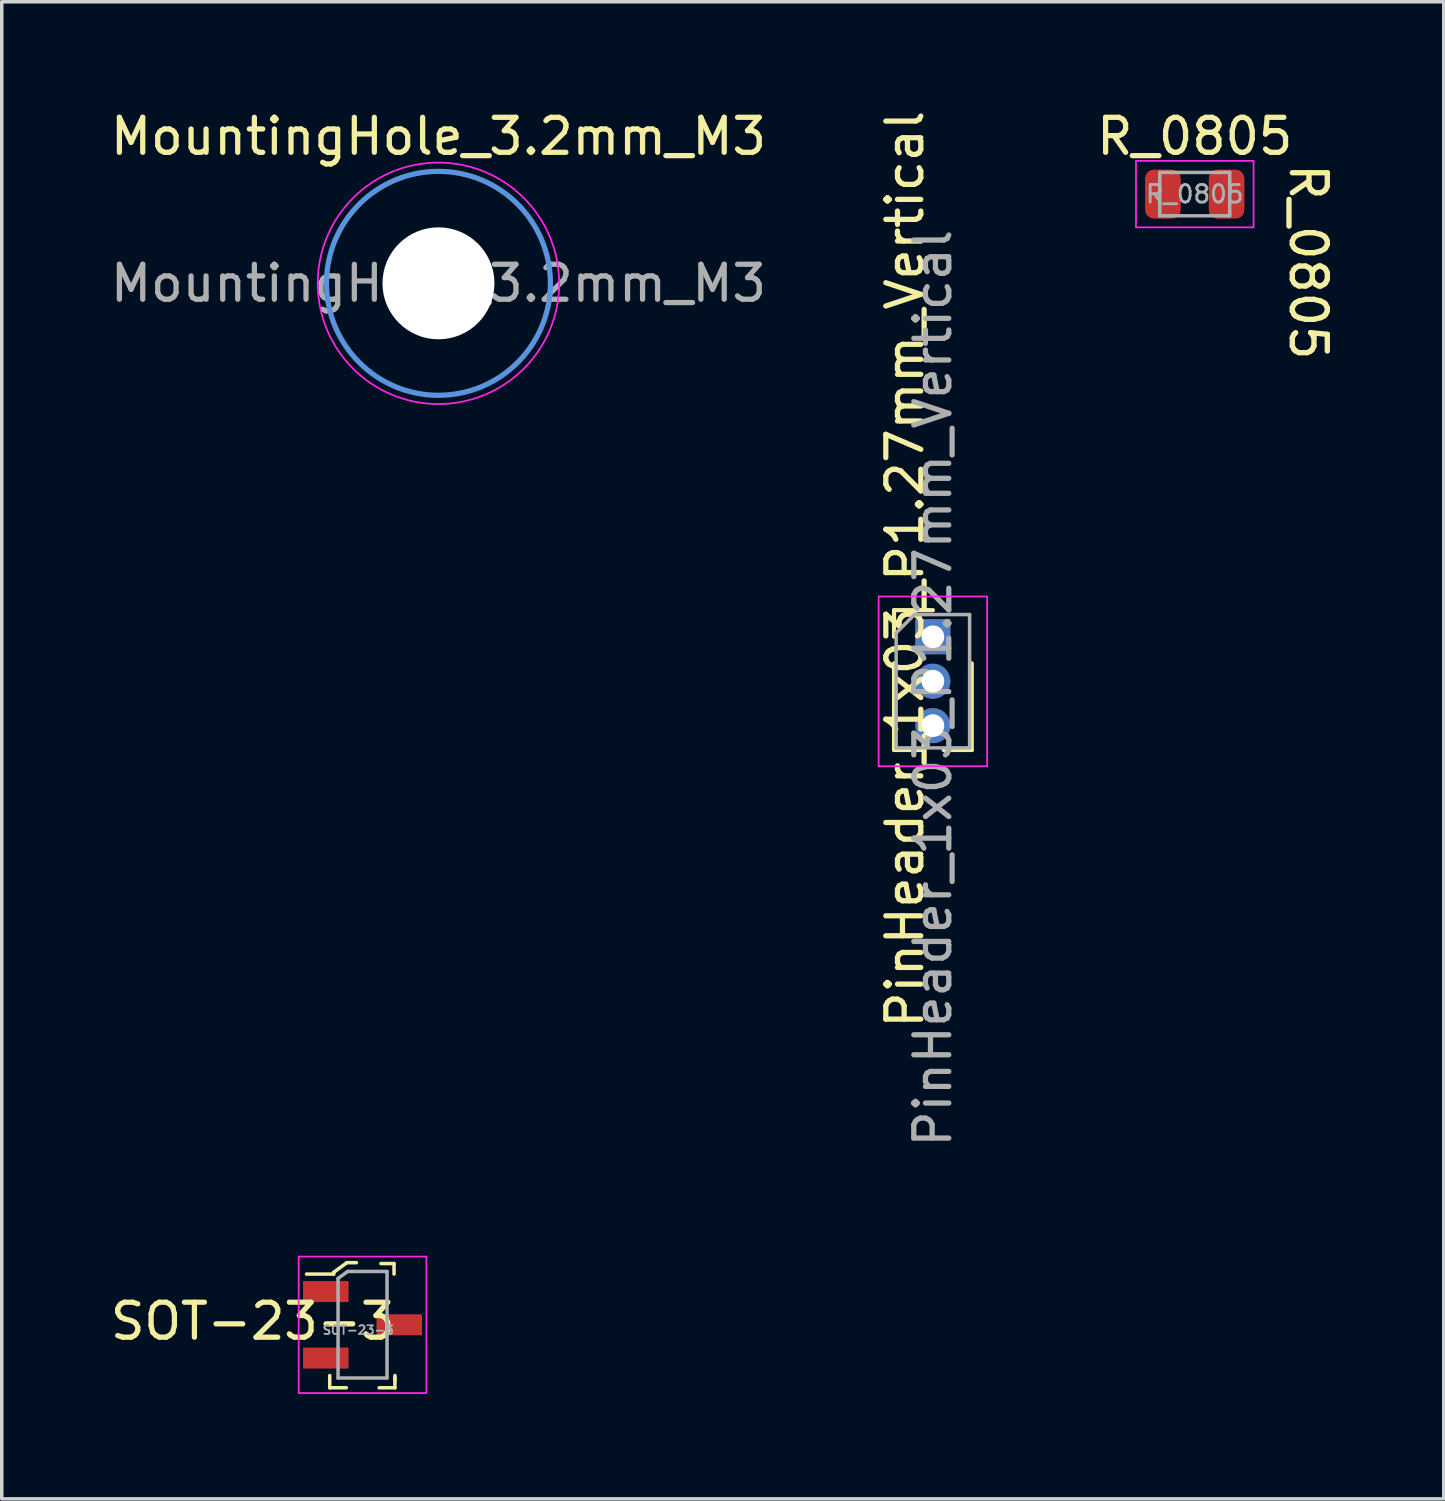
<source format=kicad_pcb>
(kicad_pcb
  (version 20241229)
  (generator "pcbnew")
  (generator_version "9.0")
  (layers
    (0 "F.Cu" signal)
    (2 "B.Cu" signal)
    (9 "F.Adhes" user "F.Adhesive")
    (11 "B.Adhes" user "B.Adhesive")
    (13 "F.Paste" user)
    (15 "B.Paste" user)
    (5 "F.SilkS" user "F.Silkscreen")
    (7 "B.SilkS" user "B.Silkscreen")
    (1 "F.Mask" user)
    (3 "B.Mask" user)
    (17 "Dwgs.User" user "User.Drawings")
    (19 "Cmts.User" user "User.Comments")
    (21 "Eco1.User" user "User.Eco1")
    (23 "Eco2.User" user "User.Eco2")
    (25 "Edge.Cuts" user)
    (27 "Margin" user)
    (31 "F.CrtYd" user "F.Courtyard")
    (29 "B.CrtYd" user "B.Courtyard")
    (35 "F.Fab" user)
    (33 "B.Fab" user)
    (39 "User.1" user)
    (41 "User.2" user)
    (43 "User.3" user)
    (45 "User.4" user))
  (footprint "PinHeader_1x03_P1.27mm_Vertical"
    (layer "F.Cu")
    (at 23.613 15.15)
    (property "Reference" "PinHeader_1x03_P1.27mm_Vertical" (at -0.8 -1.93 90) (layer "F.SilkS") (effects (font (size 1 1) (thickness 0.15))))
    (attr through_hole exclude_from_pos_files exclude_from_bom dnp)
    (fp_line (start -1.11 -0.76) (end 0 -0.76) (stroke (width 0.12) (type solid)) (layer "F.SilkS"))
    (fp_line (start -1.11 0) (end -1.11 -0.76) (stroke (width 0.12) (type solid)) (layer "F.SilkS"))
    (fp_line (start -1.11 0.76) (end -1.11 3.235) (stroke (width 0.12) (type solid)) (layer "F.SilkS"))
    (fp_line (start -1.11 3.235) (end -0.308 3.235) (stroke (width 0.12) (type solid)) (layer "F.SilkS"))
    (fp_line (start 0.308 3.235) (end 1.11 3.235) (stroke (width 0.12) (type solid)) (layer "F.SilkS"))
    (fp_line (start 1.11 0.76) (end 1.11 3.235) (stroke (width 0.12) (type solid)) (layer "F.SilkS"))
    (fp_line (start -1.55 -1.15) (end -1.55 3.7) (stroke (width 0.05) (type solid)) (layer "F.CrtYd"))
    (fp_line (start -1.55 3.7) (end 1.55 3.7) (stroke (width 0.05) (type solid)) (layer "F.CrtYd"))
    (fp_line (start 1.55 -1.15) (end -1.55 -1.15) (stroke (width 0.05) (type solid)) (layer "F.CrtYd"))
    (fp_line (start 1.55 3.7) (end 1.55 -1.15) (stroke (width 0.05) (type solid)) (layer "F.CrtYd"))
    (fp_line (start -1.05 -0.11) (end -0.525 -0.635) (stroke (width 0.1) (type solid)) (layer "F.Fab"))
    (fp_line (start -1.05 3.175) (end -1.05 -0.11) (stroke (width 0.1) (type solid)) (layer "F.Fab"))
    (fp_line (start -0.525 -0.635) (end 1.05 -0.635) (stroke (width 0.1) (type solid)) (layer "F.Fab"))
    (fp_line (start 1.05 -0.635) (end 1.05 3.175) (stroke (width 0.1) (type solid)) (layer "F.Fab"))
    (fp_line (start 1.05 3.175) (end -1.05 3.175) (stroke (width 0.1) (type solid)) (layer "F.Fab"))
    (fp_text user "${REFERENCE}" (at 0 1.47 90) (layer "F.Fab") (effects (font (size 1 1) (thickness 0.15))))
    (pad "1" thru_hole rect (at 0 0) (size 1 1) (drill 0.65) (layers "*.Cu" "*.Mask"))
    (pad "2" thru_hole oval (at 0 1.27) (size 1 1) (drill 0.65) (layers "*.Cu" "*.Mask"))
    (pad "3" thru_hole oval (at 0 2.54) (size 1 1) (drill 0.65) (layers "*.Cu" "*.Mask")))
  (footprint "R_0805"
    (layer "F.Cu")
    (at 31.098 2.498)
    (property "Reference" "R_0805" (at 0 -1.65 0) (layer "F.SilkS") (effects (font (size 1 1) (thickness 0.15))))
    (attr smd)
    (fp_line (start -1.68 -0.95) (end 1.68 -0.95) (stroke (width 0.05) (type solid)) (layer "F.CrtYd"))
    (fp_line (start -1.68 0.95) (end -1.68 -0.95) (stroke (width 0.05) (type solid)) (layer "F.CrtYd"))
    (fp_line (start 1.68 -0.95) (end 1.68 0.95) (stroke (width 0.05) (type solid)) (layer "F.CrtYd"))
    (fp_line (start 1.68 0.95) (end -1.68 0.95) (stroke (width 0.05) (type solid)) (layer "F.CrtYd"))
    (fp_line (start -1 -0.62) (end 1 -0.62) (stroke (width 0.1) (type solid)) (layer "F.Fab"))
    (fp_line (start -1 0.62) (end -1 -0.62) (stroke (width 0.1) (type solid)) (layer "F.Fab"))
    (fp_line (start 1 -0.62) (end 1 0.62) (stroke (width 0.1) (type solid)) (layer "F.Fab"))
    (fp_line (start 1 0.62) (end -1 0.62) (stroke (width 0.1) (type solid)) (layer "F.Fab"))
    (fp_text user "${REFERENCE}" (at 2.658 -0.95 270) (unlocked yes) (layer "F.SilkS") (effects (font (size 1 1) (thickness 0.153)) (justify left bottom)))
    (fp_text user "${REFERENCE}" (at 0 0 0) (layer "F.Fab") (effects (font (size 0.5 0.5) (thickness 0.08))))
    (pad "1" smd roundrect (at -0.91 0) (size 1.02 1.4) (layers "F.Cu" "F.Mask" "F.Paste") (roundrect_rratio 0.244))
    (pad "2" smd roundrect (at 0.91 0) (size 1.02 1.4) (layers "F.Cu" "F.Mask" "F.Paste") (roundrect_rratio 0.244)))
  (footprint "MountingHole_3.2mm_M3"
    (layer "F.Cu")
    (at 9.482 5.048)
    (property "Reference" "MountingHole_3.2mm_M3" (at 0 -4.2 0) (layer "F.SilkS") (effects (font (size 1 1) (thickness 0.15))))
    (attr exclude_from_pos_files exclude_from_bom)
    (fp_circle (center 0 0) (end 3.2 0) (stroke (width 0.15) (type solid)) (fill no) (layer "Cmts.User"))
    (fp_circle (center 0 0) (end 3.45 0) (stroke (width 0.05) (type solid)) (fill no) (layer "F.CrtYd"))
    (fp_text user "${REFERENCE}" (at 0 0 0) (layer "F.Fab") (effects (font (size 1 1) (thickness 0.15))))
    (pad "" np_thru_hole circle (at 0 0) (size 3.2 3.2) (drill 3.2) (layers "*.Cu" "*.Mask")))
  (footprint "SOT-23-3"
    (layer "F.Cu")
    (at 7.312 34.815)
    (property "Reference" "SOT-23-3" (at -3.139 -0.101 0) (layer "F.SilkS") (effects (font (size 1 1) (thickness 0.15))))
    (attr smd)
    (fp_line (start -0.938 1.8) (end -0.938 1.45) (stroke (width 0.1) (type solid)) (layer "F.SilkS"))
    (fp_line (start -0.825 -1.5) (end -0.825 -1.45) (stroke (width 0.1) (type solid)) (layer "F.SilkS"))
    (fp_line (start -0.825 -1.45) (end -1.6 -1.45) (stroke (width 0.1) (type solid)) (layer "F.SilkS"))
    (fp_line (start -0.463 1.8) (end -0.938 1.8) (stroke (width 0.1) (type solid)) (layer "F.SilkS"))
    (fp_line (start -0.45 -1.775) (end -0.825 -1.5) (stroke (width 0.1) (type solid)) (layer "F.SilkS"))
    (fp_line (start -0.175 -1.775) (end -0.45 -1.775) (stroke (width 0.1) (type solid)) (layer "F.SilkS"))
    (fp_line (start 0.525 -1.75) (end 0.9 -1.75) (stroke (width 0.1) (type solid)) (layer "F.SilkS"))
    (fp_line (start 0.9 -1.75) (end 0.9 -1.45) (stroke (width 0.1) (type solid)) (layer "F.SilkS"))
    (fp_line (start 0.925 1.5) (end 0.925 1.8) (stroke (width 0.1) (type solid)) (layer "F.SilkS"))
    (fp_line (start 0.925 1.575) (end 0.925 1.45) (stroke (width 0.1) (type solid)) (layer "F.SilkS"))
    (fp_line (start 0.925 1.8) (end 0.475 1.8) (stroke (width 0.1) (type solid)) (layer "F.SilkS"))
    (fp_line (start -1.825 -1.95) (end -1.825 1.95) (stroke (width 0.05) (type solid)) (layer "F.CrtYd"))
    (fp_line (start -1.825 -1.95) (end 1.825 -1.95) (stroke (width 0.05) (type solid)) (layer "F.CrtYd"))
    (fp_line (start 1.825 -1.95) (end 1.825 1.95) (stroke (width 0.05) (type solid)) (layer "F.CrtYd"))
    (fp_line (start 1.825 1.95) (end -1.825 1.95) (stroke (width 0.05) (type solid)) (layer "F.CrtYd"))
    (fp_line (start -0.7 -1.325) (end -0.7 1.525) (stroke (width 0.1) (type solid)) (layer "F.Fab"))
    (fp_line (start -0.7 1.52) (end 0.7 1.52) (stroke (width 0.1) (type solid)) (layer "F.Fab"))
    (fp_line (start -0.425 -1.525) (end -0.7 -1.325) (stroke (width 0.1) (type solid)) (layer "F.Fab"))
    (fp_line (start -0.425 -1.525) (end 0.7 -1.525) (stroke (width 0.1) (type solid)) (layer "F.Fab"))
    (fp_line (start 0.7 1.52) (end 0.7 -1.52) (stroke (width 0.1) (type solid)) (layer "F.Fab"))
    (fp_text user "${REFERENCE}" (at -0.125 0.15 0) (layer "F.Fab") (effects (font (size 0.25 0.25) (thickness 0.05))))
    (pad "1" smd rect (at -1.05 -0.95) (size 1.3 0.6) (layers "F.Cu" "F.Mask" "F.Paste"))
    (pad "2" smd rect (at -1.05 0.95) (size 1.3 0.6) (layers "F.Cu" "F.Mask" "F.Paste"))
    (pad "3" smd rect (at 1.05 0) (size 1.3 0.6) (layers "F.Cu" "F.Mask" "F.Paste")))
  (gr_rect
    (start -3 -3)
    (end 38.215 39.79)
    (stroke (width 0.1) (type default))
    (fill no)
    (layer "Edge.Cuts")))
</source>
